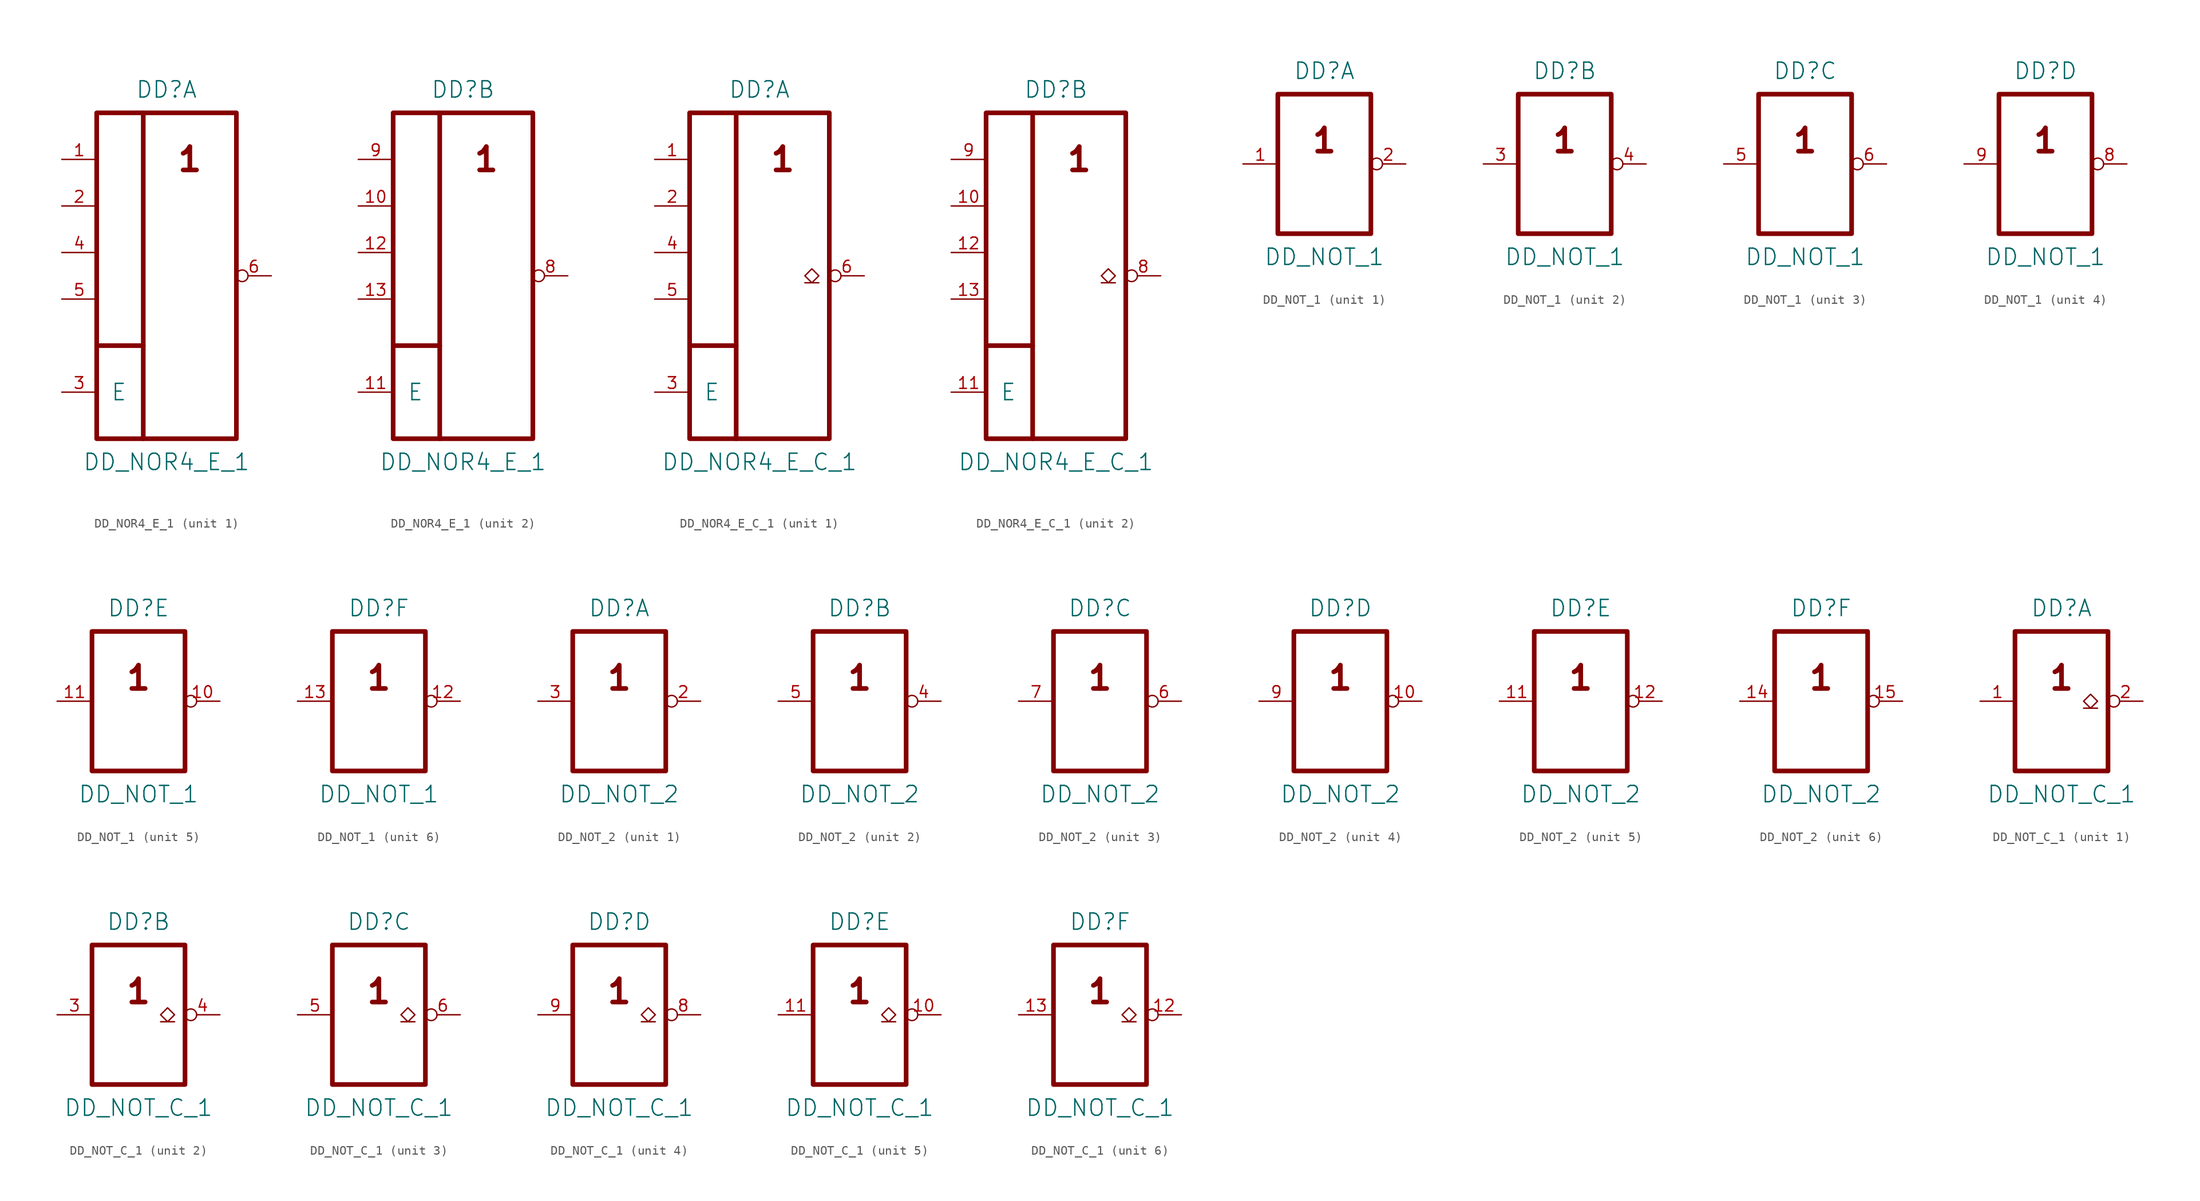
<source format=kicad_sym>
(kicad_symbol_lib
  (version 20211014)
  (generator kicad_symbol_editor)
  (symbol "DD_NOR4_E_1"
    (pin_names
      (offset 1.524))
    (property "Reference" "DD"
      (at 0 20.32 0)
      (effects (font (size 1.778 1.778))))
    (property "Value" "DD_NOR4_E_1"
      (at 0 -20.32 0)
      (effects (font (size 1.778 1.778))))
    (symbol "DD_NOR4_E_1_0_0"
      (text "1" (at 2.54 12.7 0) (effects (font (size 2.54 2.54) bold))))
    (symbol "DD_NOR4_E_1_0_1"
      (rectangle (start -7.62 17.78) (end 7.62 -17.78) (stroke (width 0.508) (type default) (color 0 0 0 0)) (fill (type none)))
      (polyline (pts (xy -7.62 -7.62) (xy -2.54 -7.62)) (stroke (width 0.508) (type default) (color 0 0 0 0)) (fill (type none)))
      (polyline (pts (xy -2.54 17.78) (xy -2.54 -17.78)) (stroke (width 0.508) (type default) (color 0 0 0 0)) (fill (type none)))
      (pin power_in non_logic (at 11.43 15.24 180) (length 3.81) hide (name "VCC" (effects (font (size 1.27 1.27)))) (number "14" (effects (font (size 1.27 1.27)))))
      (pin power_in non_logic (at 11.43 -15.24 180) (length 3.81) hide (name "GND" (effects (font (size 1.27 1.27)))) (number "7" (effects (font (size 1.27 1.27))))))
    (symbol "DD_NOR4_E_1_1_1"
      (pin input line (at -11.43 12.7 0) (length 3.81) (name "~" (effects (font (size 1.778 1.778)))) (number "1" (effects (font (size 1.27 1.27)))))
      (pin input line (at -11.43 7.62 0) (length 3.81) (name "~" (effects (font (size 1.778 1.778)))) (number "2" (effects (font (size 1.27 1.27)))))
      (pin input line (at -11.43 -12.7 0) (length 3.81) (name "E" (effects (font (size 1.778 1.778)))) (number "3" (effects (font (size 1.27 1.27)))))
      (pin input line (at -11.43 2.54 0) (length 3.81) (name "~" (effects (font (size 1.778 1.778)))) (number "4" (effects (font (size 1.27 1.27)))))
      (pin input line (at -11.43 -2.54 0) (length 3.81) (name "~" (effects (font (size 1.778 1.778)))) (number "5" (effects (font (size 1.27 1.27)))))
      (pin output inverted (at 11.43 0 180) (length 3.81) (name "~" (effects (font (size 1.778 1.778)))) (number "6" (effects (font (size 1.27 1.27))))))
    (symbol "DD_NOR4_E_1_2_1"
      (pin input line (at -11.43 7.62 0) (length 3.81) (name "~" (effects (font (size 1.778 1.778)))) (number "10" (effects (font (size 1.27 1.27)))))
      (pin input line (at -11.43 -12.7 0) (length 3.81) (name "E" (effects (font (size 1.778 1.778)))) (number "11" (effects (font (size 1.27 1.27)))))
      (pin input line (at -11.43 2.54 0) (length 3.81) (name "~" (effects (font (size 1.778 1.778)))) (number "12" (effects (font (size 1.27 1.27)))))
      (pin input line (at -11.43 -2.54 0) (length 3.81) (name "~" (effects (font (size 1.778 1.778)))) (number "13" (effects (font (size 1.27 1.27)))))
      (pin output inverted (at 11.43 0 180) (length 3.81) (name "~" (effects (font (size 1.778 1.778)))) (number "8" (effects (font (size 1.27 1.27)))))
      (pin input line (at -11.43 12.7 0) (length 3.81) (name "~" (effects (font (size 1.778 1.778)))) (number "9" (effects (font (size 1.27 1.27)))))))
  (symbol "DD_NOR4_E_C_1"
    (pin_names
      (offset 1.524))
    (property "Reference" "DD"
      (at 0 20.32 0)
      (effects (font (size 1.778 1.778))))
    (property "Value" "DD_NOR4_E_C_1"
      (at 0 -20.32 0)
      (effects (font (size 1.778 1.778))))
    (symbol "DD_NOR4_E_C_1_0_0"
      (text "1" (at 2.54 12.7 0) (effects (font (size 2.54 2.54) bold))))
    (symbol "DD_NOR4_E_C_1_0_1"
      (rectangle (start -7.62 17.78) (end 7.62 -17.78) (stroke (width 0.508) (type default) (color 0 0 0 0)) (fill (type none)))
      (polyline (pts (xy -7.62 -7.62) (xy -2.54 -7.62)) (stroke (width 0.508) (type default) (color 0 0 0 0)) (fill (type none)))
      (polyline (pts (xy -2.54 17.78) (xy -2.54 -17.78)) (stroke (width 0.508) (type default) (color 0 0 0 0)) (fill (type none)))
      (polyline (pts (xy 4.953 -0.762) (xy 5.715 -0.762) (xy 4.953 0) (xy 5.715 0.762) (xy 6.477 0) (xy 5.715 -0.762) (xy 6.477 -0.762)) (stroke (width 0) (type default) (color 0 0 0 0)) (fill (type none)))
      (pin power_in non_logic (at 11.43 15.24 180) (length 3.81) hide (name "VCC" (effects (font (size 1.27 1.27)))) (number "14" (effects (font (size 1.27 1.27)))))
      (pin power_in non_logic (at 11.43 -15.24 180) (length 3.81) hide (name "GND" (effects (font (size 1.27 1.27)))) (number "7" (effects (font (size 1.27 1.27))))))
    (symbol "DD_NOR4_E_C_1_1_1"
      (pin input line (at -11.43 12.7 0) (length 3.81) (name "~" (effects (font (size 1.778 1.778)))) (number "1" (effects (font (size 1.27 1.27)))))
      (pin input line (at -11.43 7.62 0) (length 3.81) (name "~" (effects (font (size 1.778 1.778)))) (number "2" (effects (font (size 1.27 1.27)))))
      (pin input line (at -11.43 -12.7 0) (length 3.81) (name "E" (effects (font (size 1.778 1.778)))) (number "3" (effects (font (size 1.27 1.27)))))
      (pin input line (at -11.43 2.54 0) (length 3.81) (name "~" (effects (font (size 1.778 1.778)))) (number "4" (effects (font (size 1.27 1.27)))))
      (pin input line (at -11.43 -2.54 0) (length 3.81) (name "~" (effects (font (size 1.778 1.778)))) (number "5" (effects (font (size 1.27 1.27)))))
      (pin output inverted (at 11.43 0 180) (length 3.81) (name "~" (effects (font (size 1.778 1.778)))) (number "6" (effects (font (size 1.27 1.27))))))
    (symbol "DD_NOR4_E_C_1_2_1"
      (pin input line (at -11.43 7.62 0) (length 3.81) (name "~" (effects (font (size 1.778 1.778)))) (number "10" (effects (font (size 1.27 1.27)))))
      (pin input line (at -11.43 -12.7 0) (length 3.81) (name "E" (effects (font (size 1.778 1.778)))) (number "11" (effects (font (size 1.27 1.27)))))
      (pin input line (at -11.43 2.54 0) (length 3.81) (name "~" (effects (font (size 1.778 1.778)))) (number "12" (effects (font (size 1.27 1.27)))))
      (pin input line (at -11.43 -2.54 0) (length 3.81) (name "~" (effects (font (size 1.778 1.778)))) (number "13" (effects (font (size 1.27 1.27)))))
      (pin output inverted (at 11.43 0 180) (length 3.81) (name "~" (effects (font (size 1.778 1.778)))) (number "8" (effects (font (size 1.27 1.27)))))
      (pin input line (at -11.43 12.7 0) (length 3.81) (name "~" (effects (font (size 1.778 1.778)))) (number "9" (effects (font (size 1.27 1.27)))))))
  (symbol "DD_NOT_1"
    (pin_names
      (offset 1.27))
    (property "Reference" "DD"
      (at 0 10.16 0)
      (effects (font (size 1.778 1.778))))
    (property "Value" "DD_NOT_1"
      (at 0 -10.16 0)
      (effects (font (size 1.778 1.778))))
    (symbol "DD_NOT_1_0_0"
      (text "1" (at 0 2.54 0) (effects (font (size 2.54 2.54) bold))))
    (symbol "DD_NOT_1_0_1"
      (rectangle (start -5.08 7.62) (end 5.08 -7.62) (stroke (width 0.508) (type default) (color 0 0 0 0)) (fill (type none)))
      (pin power_in non_logic (at 8.89 5.08 180) (length 3.81) hide (name "VCC" (effects (font (size 1.27 1.27)))) (number "14" (effects (font (size 1.27 1.27)))))
      (pin power_in non_logic (at 8.89 -5.08 180) (length 3.81) hide (name "GND" (effects (font (size 1.27 1.27)))) (number "7" (effects (font (size 1.27 1.27))))))
    (symbol "DD_NOT_1_1_1"
      (pin input line (at -8.89 0 0) (length 3.81) (name "~" (effects (font (size 1.778 1.778)))) (number "1" (effects (font (size 1.27 1.27)))))
      (pin output inverted (at 8.89 0 180) (length 3.81) (name "~" (effects (font (size 1.778 1.778)))) (number "2" (effects (font (size 1.27 1.27))))))
    (symbol "DD_NOT_1_2_1"
      (pin input line (at -8.89 0 0) (length 3.81) (name "~" (effects (font (size 1.778 1.778)))) (number "3" (effects (font (size 1.27 1.27)))))
      (pin output inverted (at 8.89 0 180) (length 3.81) (name "~" (effects (font (size 1.778 1.778)))) (number "4" (effects (font (size 1.27 1.27))))))
    (symbol "DD_NOT_1_3_1"
      (pin input line (at -8.89 0 0) (length 3.81) (name "~" (effects (font (size 1.778 1.778)))) (number "5" (effects (font (size 1.27 1.27)))))
      (pin output inverted (at 8.89 0 180) (length 3.81) (name "~" (effects (font (size 1.778 1.778)))) (number "6" (effects (font (size 1.27 1.27))))))
    (symbol "DD_NOT_1_4_1"
      (pin output inverted (at 8.89 0 180) (length 3.81) (name "~" (effects (font (size 1.778 1.778)))) (number "8" (effects (font (size 1.27 1.27)))))
      (pin input line (at -8.89 0 0) (length 3.81) (name "~" (effects (font (size 1.778 1.778)))) (number "9" (effects (font (size 1.27 1.27))))))
    (symbol "DD_NOT_1_5_1"
      (pin output inverted (at 8.89 0 180) (length 3.81) (name "~" (effects (font (size 1.778 1.778)))) (number "10" (effects (font (size 1.27 1.27)))))
      (pin input line (at -8.89 0 0) (length 3.81) (name "~" (effects (font (size 1.778 1.778)))) (number "11" (effects (font (size 1.27 1.27))))))
    (symbol "DD_NOT_1_6_1"
      (pin output inverted (at 8.89 0 180) (length 3.81) (name "~" (effects (font (size 1.778 1.778)))) (number "12" (effects (font (size 1.27 1.27)))))
      (pin input line (at -8.89 0 0) (length 3.81) (name "~" (effects (font (size 1.778 1.778)))) (number "13" (effects (font (size 1.27 1.27)))))))
  (symbol "DD_NOT_2"
    (pin_names
      (offset 1.27))
    (property "Reference" "DD"
      (at 0 10.16 0)
      (effects (font (size 1.778 1.778))))
    (property "Value" "DD_NOT_2"
      (at 0 -10.16 0)
      (effects (font (size 1.778 1.778))))
    (symbol "DD_NOT_2_0_0"
      (text "1" (at 0 2.54 0) (effects (font (size 2.54 2.54) bold))))
    (symbol "DD_NOT_2_0_1"
      (rectangle (start -5.08 7.62) (end 5.08 -7.62) (stroke (width 0.508) (type default) (color 0 0 0 0)) (fill (type none)))
      (pin power_in non_logic (at 8.89 5.08 180) (length 3.81) hide (name "VCC" (effects (font (size 1.27 1.27)))) (number "16" (effects (font (size 1.27 1.27)))))
      (pin power_in non_logic (at 8.89 -5.08 180) (length 3.81) hide (name "GND" (effects (font (size 1.27 1.27)))) (number "8" (effects (font (size 1.27 1.27))))))
    (symbol "DD_NOT_2_1_1"
      (pin output inverted (at 8.89 0 180) (length 3.81) (name "~" (effects (font (size 1.778 1.778)))) (number "2" (effects (font (size 1.27 1.27)))))
      (pin input line (at -8.89 0 0) (length 3.81) (name "~" (effects (font (size 1.778 1.778)))) (number "3" (effects (font (size 1.27 1.27))))))
    (symbol "DD_NOT_2_2_1"
      (pin output inverted (at 8.89 0 180) (length 3.81) (name "~" (effects (font (size 1.778 1.778)))) (number "4" (effects (font (size 1.27 1.27)))))
      (pin input line (at -8.89 0 0) (length 3.81) (name "~" (effects (font (size 1.778 1.778)))) (number "5" (effects (font (size 1.27 1.27))))))
    (symbol "DD_NOT_2_3_1"
      (pin output inverted (at 8.89 0 180) (length 3.81) (name "~" (effects (font (size 1.778 1.778)))) (number "6" (effects (font (size 1.27 1.27)))))
      (pin input line (at -8.89 0 0) (length 3.81) (name "~" (effects (font (size 1.778 1.778)))) (number "7" (effects (font (size 1.27 1.27))))))
    (symbol "DD_NOT_2_4_1"
      (pin output inverted (at 8.89 0 180) (length 3.81) (name "~" (effects (font (size 1.778 1.778)))) (number "10" (effects (font (size 1.27 1.27)))))
      (pin input line (at -8.89 0 0) (length 3.81) (name "~" (effects (font (size 1.778 1.778)))) (number "9" (effects (font (size 1.27 1.27))))))
    (symbol "DD_NOT_2_5_1"
      (pin input line (at -8.89 0 0) (length 3.81) (name "~" (effects (font (size 1.778 1.778)))) (number "11" (effects (font (size 1.27 1.27)))))
      (pin output inverted (at 8.89 0 180) (length 3.81) (name "~" (effects (font (size 1.778 1.778)))) (number "12" (effects (font (size 1.27 1.27))))))
    (symbol "DD_NOT_2_6_1"
      (pin input line (at -8.89 0 0) (length 3.81) (name "~" (effects (font (size 1.778 1.778)))) (number "14" (effects (font (size 1.27 1.27)))))
      (pin output inverted (at 8.89 0 180) (length 3.81) (name "~" (effects (font (size 1.778 1.778)))) (number "15" (effects (font (size 1.27 1.27)))))))
  (symbol "DD_NOT_C_1"
    (pin_names
      (offset 1.27))
    (property "Reference" "DD"
      (at 0 10.16 0)
      (effects (font (size 1.778 1.778))))
    (property "Value" "DD_NOT_C_1"
      (at 0 -10.16 0)
      (effects (font (size 1.778 1.778))))
    (symbol "DD_NOT_C_1_0_0"
      (polyline (pts (xy 2.413 -0.762) (xy 3.175 -0.762) (xy 2.413 0) (xy 3.175 0.762) (xy 3.937 0) (xy 3.175 -0.762) (xy 3.937 -0.762)) (stroke (width 0) (type default) (color 0 0 0 0)) (fill (type none)))
      (text "1" (at 0 2.54 0) (effects (font (size 2.54 2.54) bold))))
    (symbol "DD_NOT_C_1_0_1"
      (rectangle (start -5.08 7.62) (end 5.08 -7.62) (stroke (width 0.508) (type default) (color 0 0 0 0)) (fill (type none)))
      (pin power_in non_logic (at 8.89 5.08 180) (length 3.81) hide (name "VCC" (effects (font (size 1.27 1.27)))) (number "14" (effects (font (size 1.27 1.27)))))
      (pin power_in non_logic (at 8.89 -5.08 180) (length 3.81) hide (name "GND" (effects (font (size 1.27 1.27)))) (number "7" (effects (font (size 1.27 1.27))))))
    (symbol "DD_NOT_C_1_1_1"
      (pin input line (at -8.89 0 0) (length 3.81) (name "~" (effects (font (size 1.778 1.778)))) (number "1" (effects (font (size 1.27 1.27)))))
      (pin output inverted (at 8.89 0 180) (length 3.81) (name "~" (effects (font (size 1.778 1.778)))) (number "2" (effects (font (size 1.27 1.27))))))
    (symbol "DD_NOT_C_1_2_1"
      (pin input line (at -8.89 0 0) (length 3.81) (name "~" (effects (font (size 1.778 1.778)))) (number "3" (effects (font (size 1.27 1.27)))))
      (pin output inverted (at 8.89 0 180) (length 3.81) (name "~" (effects (font (size 1.778 1.778)))) (number "4" (effects (font (size 1.27 1.27))))))
    (symbol "DD_NOT_C_1_3_1"
      (pin input line (at -8.89 0 0) (length 3.81) (name "~" (effects (font (size 1.778 1.778)))) (number "5" (effects (font (size 1.27 1.27)))))
      (pin output inverted (at 8.89 0 180) (length 3.81) (name "~" (effects (font (size 1.778 1.778)))) (number "6" (effects (font (size 1.27 1.27))))))
    (symbol "DD_NOT_C_1_4_1"
      (pin output inverted (at 8.89 0 180) (length 3.81) (name "~" (effects (font (size 1.778 1.778)))) (number "8" (effects (font (size 1.27 1.27)))))
      (pin input line (at -8.89 0 0) (length 3.81) (name "~" (effects (font (size 1.778 1.778)))) (number "9" (effects (font (size 1.27 1.27))))))
    (symbol "DD_NOT_C_1_5_1"
      (pin output inverted (at 8.89 0 180) (length 3.81) (name "~" (effects (font (size 1.778 1.778)))) (number "10" (effects (font (size 1.27 1.27)))))
      (pin input line (at -8.89 0 0) (length 3.81) (name "~" (effects (font (size 1.778 1.778)))) (number "11" (effects (font (size 1.27 1.27))))))
    (symbol "DD_NOT_C_1_6_1"
      (pin output inverted (at 8.89 0 180) (length 3.81) (name "~" (effects (font (size 1.778 1.778)))) (number "12" (effects (font (size 1.27 1.27)))))
      (pin input line (at -8.89 0 0) (length 3.81) (name "~" (effects (font (size 1.778 1.778)))) (number "13" (effects (font (size 1.27 1.27))))))))
</source>
